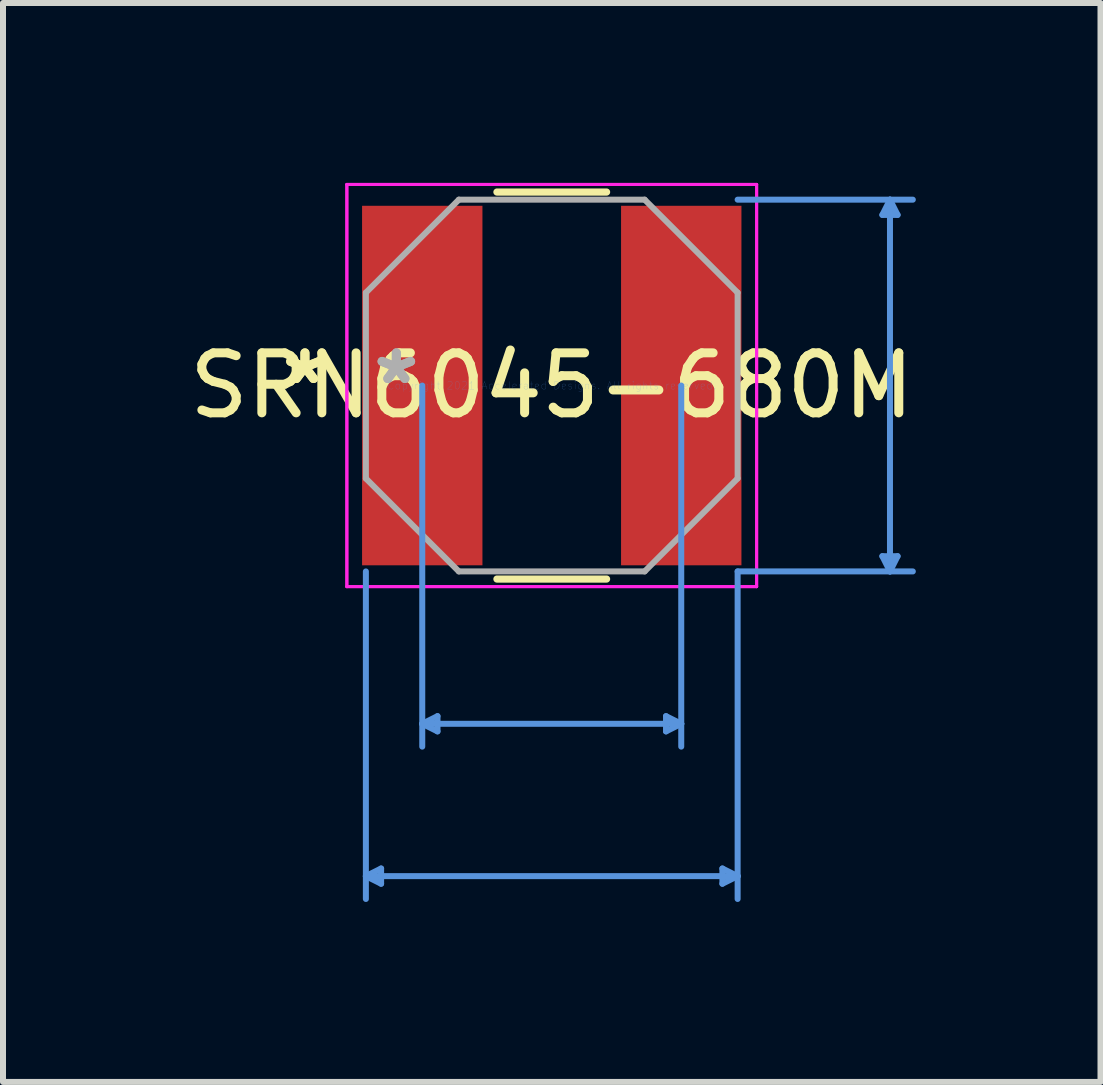
<source format=kicad_pcb>
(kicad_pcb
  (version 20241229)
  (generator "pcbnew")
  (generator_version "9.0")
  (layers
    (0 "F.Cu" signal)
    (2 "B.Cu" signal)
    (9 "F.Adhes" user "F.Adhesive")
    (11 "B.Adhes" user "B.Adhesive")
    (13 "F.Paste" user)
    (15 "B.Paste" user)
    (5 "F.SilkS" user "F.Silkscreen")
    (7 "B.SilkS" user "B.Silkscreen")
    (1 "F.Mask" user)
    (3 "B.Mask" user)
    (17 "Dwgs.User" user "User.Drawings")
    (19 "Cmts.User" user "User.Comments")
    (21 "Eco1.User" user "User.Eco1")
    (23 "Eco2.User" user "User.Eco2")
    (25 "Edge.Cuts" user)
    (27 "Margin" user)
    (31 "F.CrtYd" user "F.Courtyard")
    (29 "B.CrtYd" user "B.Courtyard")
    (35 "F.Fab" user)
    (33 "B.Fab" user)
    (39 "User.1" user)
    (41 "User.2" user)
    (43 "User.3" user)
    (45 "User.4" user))
  (footprint "SRN6045-680M"
    (layer "F.Cu")
    (at 6.149 3.378)
    (property "Reference" "SRN6045-680M" (at 0 0 0) (layer "F.SilkS") (effects (font (size 1 1) (thickness 0.15))))
    (attr through_hole)
    (fp_line (start -0.914 3.226) (end 0.914 3.226) (stroke (width 0.12) (type solid)) (layer "F.SilkS"))
    (fp_line (start 0.914 -3.226) (end -0.914 -3.226) (stroke (width 0.12) (type solid)) (layer "F.SilkS"))
    (fp_line (start -3.099 3.099) (end -3.099 8.56) (stroke (width 0.1) (type solid)) (layer "Cmts.User"))
    (fp_line (start -3.099 8.179) (end -2.845 8.052) (stroke (width 0.1) (type solid)) (layer "Cmts.User"))
    (fp_line (start -3.099 8.179) (end -2.845 8.306) (stroke (width 0.1) (type solid)) (layer "Cmts.User"))
    (fp_line (start -3.099 8.179) (end 3.099 8.179) (stroke (width 0.1) (type solid)) (layer "Cmts.User"))
    (fp_line (start -2.845 8.052) (end -2.845 8.306) (stroke (width 0.1) (type solid)) (layer "Cmts.User"))
    (fp_line (start -2.159 0) (end -2.159 6.02) (stroke (width 0.1) (type solid)) (layer "Cmts.User"))
    (fp_line (start -2.159 5.639) (end -1.905 5.512) (stroke (width 0.1) (type solid)) (layer "Cmts.User"))
    (fp_line (start -2.159 5.639) (end -1.905 5.766) (stroke (width 0.1) (type solid)) (layer "Cmts.User"))
    (fp_line (start -2.159 5.639) (end 2.159 5.639) (stroke (width 0.1) (type solid)) (layer "Cmts.User"))
    (fp_line (start -1.905 5.512) (end -1.905 5.766) (stroke (width 0.1) (type solid)) (layer "Cmts.User"))
    (fp_line (start 1.905 5.512) (end 1.905 5.766) (stroke (width 0.1) (type solid)) (layer "Cmts.User"))
    (fp_line (start 2.159 0) (end 2.159 6.02) (stroke (width 0.1) (type solid)) (layer "Cmts.User"))
    (fp_line (start 2.159 5.639) (end 1.905 5.512) (stroke (width 0.1) (type solid)) (layer "Cmts.User"))
    (fp_line (start 2.159 5.639) (end 1.905 5.766) (stroke (width 0.1) (type solid)) (layer "Cmts.User"))
    (fp_line (start 2.845 8.052) (end 2.845 8.306) (stroke (width 0.1) (type solid)) (layer "Cmts.User"))
    (fp_line (start 3.099 -3.099) (end 6.02 -3.099) (stroke (width 0.1) (type solid)) (layer "Cmts.User"))
    (fp_line (start 3.099 3.099) (end 3.099 8.56) (stroke (width 0.1) (type solid)) (layer "Cmts.User"))
    (fp_line (start 3.099 3.099) (end 6.02 3.099) (stroke (width 0.1) (type solid)) (layer "Cmts.User"))
    (fp_line (start 3.099 8.179) (end 2.845 8.052) (stroke (width 0.1) (type solid)) (layer "Cmts.User"))
    (fp_line (start 3.099 8.179) (end 2.845 8.306) (stroke (width 0.1) (type solid)) (layer "Cmts.User"))
    (fp_line (start 5.512 -2.845) (end 5.766 -2.845) (stroke (width 0.1) (type solid)) (layer "Cmts.User"))
    (fp_line (start 5.512 2.845) (end 5.766 2.845) (stroke (width 0.1) (type solid)) (layer "Cmts.User"))
    (fp_line (start 5.639 -3.099) (end 5.512 -2.845) (stroke (width 0.1) (type solid)) (layer "Cmts.User"))
    (fp_line (start 5.639 -3.099) (end 5.639 3.099) (stroke (width 0.1) (type solid)) (layer "Cmts.User"))
    (fp_line (start 5.639 -3.099) (end 5.766 -2.845) (stroke (width 0.1) (type solid)) (layer "Cmts.User"))
    (fp_line (start 5.639 3.099) (end 5.512 2.845) (stroke (width 0.1) (type solid)) (layer "Cmts.User"))
    (fp_line (start 5.639 3.099) (end 5.766 2.845) (stroke (width 0.1) (type solid)) (layer "Cmts.User"))
    (fp_line (start -3.416 -3.353) (end 3.416 -3.353) (stroke (width 0.05) (type solid)) (layer "F.CrtYd"))
    (fp_line (start -3.416 -3.353) (end 3.416 -3.353) (stroke (width 0.05) (type solid)) (layer "F.CrtYd"))
    (fp_line (start -3.416 3.353) (end -3.416 -3.353) (stroke (width 0.05) (type solid)) (layer "F.CrtYd"))
    (fp_line (start -3.416 3.353) (end -3.416 -3.353) (stroke (width 0.05) (type solid)) (layer "F.CrtYd"))
    (fp_line (start 3.416 -3.353) (end 3.416 3.353) (stroke (width 0.05) (type solid)) (layer "F.CrtYd"))
    (fp_line (start 3.416 -3.353) (end 3.416 3.353) (stroke (width 0.05) (type solid)) (layer "F.CrtYd"))
    (fp_line (start 3.416 3.353) (end -3.416 3.353) (stroke (width 0.05) (type solid)) (layer "F.CrtYd"))
    (fp_line (start 3.416 3.353) (end -3.416 3.353) (stroke (width 0.05) (type solid)) (layer "F.CrtYd"))
    (fp_line (start -3.099 -1.549) (end -3.099 1.549) (stroke (width 0.1) (type solid)) (layer "F.Fab"))
    (fp_line (start -3.099 1.549) (end -1.549 3.099) (stroke (width 0.1) (type solid)) (layer "F.Fab"))
    (fp_line (start -1.549 -3.099) (end -3.099 -1.549) (stroke (width 0.1) (type solid)) (layer "F.Fab"))
    (fp_line (start -1.549 3.099) (end 1.549 3.099) (stroke (width 0.1) (type solid)) (layer "F.Fab"))
    (fp_line (start 1.549 -3.099) (end -1.549 -3.099) (stroke (width 0.1) (type solid)) (layer "F.Fab"))
    (fp_line (start 1.549 3.099) (end 3.099 1.549) (stroke (width 0.1) (type solid)) (layer "F.Fab"))
    (fp_line (start 3.099 -1.549) (end 1.549 -3.099) (stroke (width 0.1) (type solid)) (layer "F.Fab"))
    (fp_line (start 3.099 1.549) (end 3.099 -1.549) (stroke (width 0.1) (type solid)) (layer "F.Fab"))
    (fp_text user "*" (at -4.115 0 0) (layer "F.SilkS") (effects (font (size 1 1) (thickness 0.15))))
    (fp_text user "*" (at -4.115 0 0) (layer "F.SilkS") (effects (font (size 1 1) (thickness 0.15))))
    (fp_text user "Copyright 2021 Accelerated Designs. All rights reserved." (at 0 0 0) (layer "Cmts.User") (effects (font (size 0.127 0.127) (thickness 0.002))))
    (fp_text user "*" (at -2.591 0 0) (layer "F.Fab") (effects (font (size 1 1) (thickness 0.15))))
    (fp_text user "*" (at -2.591 0 0) (layer "F.Fab") (effects (font (size 1 1) (thickness 0.15))))
    (pad "1" smd rect (at -2.159 0) (size 2.007 5.994) (layers "F.Cu" "F.Mask" "F.Paste"))
    (pad "2" smd rect (at 2.159 0) (size 2.007 5.994) (layers "F.Cu" "F.Mask" "F.Paste")))
  (gr_rect
    (start -3 -3)
    (end 15.298 14.988)
    (stroke (width 0.1) (type default))
    (fill no)
    (layer "Edge.Cuts")))
</source>
